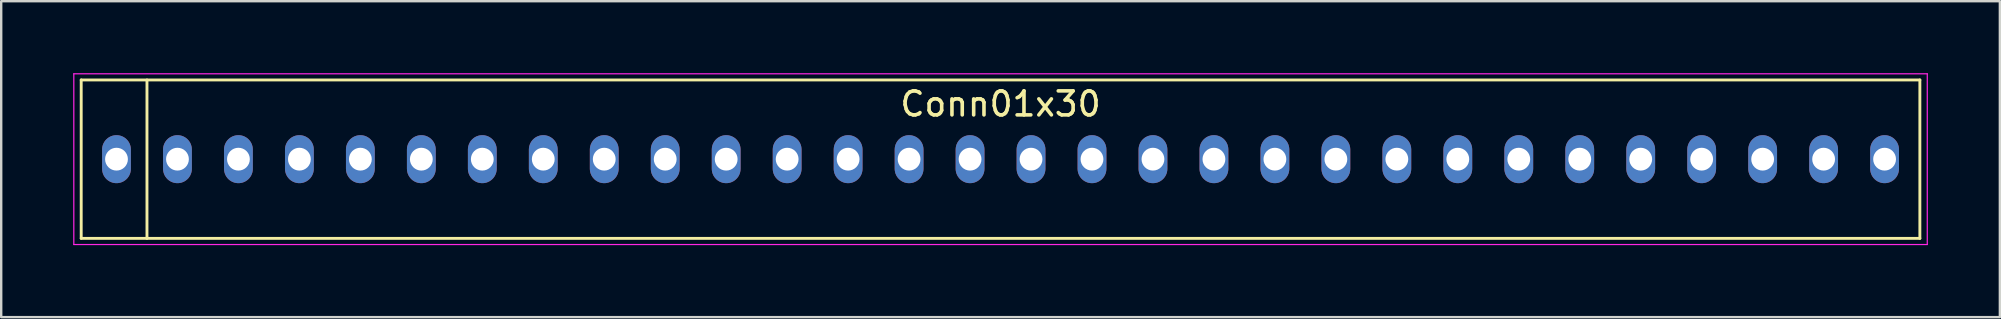
<source format=kicad_pcb>
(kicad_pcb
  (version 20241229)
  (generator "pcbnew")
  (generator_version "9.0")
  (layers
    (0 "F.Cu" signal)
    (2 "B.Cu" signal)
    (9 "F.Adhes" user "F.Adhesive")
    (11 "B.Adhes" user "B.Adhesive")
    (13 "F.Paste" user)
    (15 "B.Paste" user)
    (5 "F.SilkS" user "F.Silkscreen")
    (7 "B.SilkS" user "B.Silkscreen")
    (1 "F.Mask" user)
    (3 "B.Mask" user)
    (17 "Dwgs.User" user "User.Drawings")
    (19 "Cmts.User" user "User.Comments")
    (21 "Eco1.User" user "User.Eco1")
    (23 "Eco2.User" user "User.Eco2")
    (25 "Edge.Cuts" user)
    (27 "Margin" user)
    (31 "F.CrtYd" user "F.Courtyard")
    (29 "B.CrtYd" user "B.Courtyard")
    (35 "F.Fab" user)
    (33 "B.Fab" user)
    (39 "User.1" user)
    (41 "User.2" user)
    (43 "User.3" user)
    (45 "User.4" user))
  (footprint "Conn01x30"
    (layer "F.Cu")
    (at 38.633 3.581)
    (property "Reference" "Conn01x30" (at 0 -2.3 0) (layer "F.SilkS") (effects (font (size 1 1) (thickness 0.15))))
    (attr through_hole)
    (fp_line (start -38.3 -3.3) (end -38.3 3.3) (stroke (width 0.12) (type default)) (layer "F.SilkS"))
    (fp_line (start -38.3 3.3) (end 38.3 3.3) (stroke (width 0.12) (type default)) (layer "F.SilkS"))
    (fp_line (start -35.56 3.3) (end -35.56 -3.3) (stroke (width 0.12) (type default)) (layer "F.SilkS"))
    (fp_line (start 38.3 -3.3) (end -38.3 -3.3) (stroke (width 0.12) (type default)) (layer "F.SilkS"))
    (fp_line (start 38.3 3.3) (end 38.3 -3.3) (stroke (width 0.12) (type default)) (layer "F.SilkS"))
    (fp_line (start -38.608 -3.556) (end 38.608 -3.556) (stroke (width 0.05) (type default)) (layer "F.CrtYd"))
    (fp_line (start -38.608 3.556) (end -38.608 -3.556) (stroke (width 0.05) (type default)) (layer "F.CrtYd"))
    (fp_line (start 38.608 -3.556) (end 38.608 3.556) (stroke (width 0.05) (type default)) (layer "F.CrtYd"))
    (fp_line (start 38.608 3.556) (end -38.608 3.556) (stroke (width 0.05) (type default)) (layer "F.CrtYd"))
    (pad "1" thru_hole oval (at -36.83 0) (size 1.2 2) (drill 0.95) (layers "*.Cu" "*.Mask"))
    (pad "2" thru_hole oval (at -34.29 0) (size 1.2 2) (drill 0.95) (layers "*.Cu" "*.Mask"))
    (pad "3" thru_hole oval (at -31.75 0) (size 1.2 2) (drill 0.95) (layers "*.Cu" "*.Mask"))
    (pad "4" thru_hole oval (at -29.21 0) (size 1.2 2) (drill 0.95) (layers "*.Cu" "*.Mask"))
    (pad "5" thru_hole oval (at -26.67 0) (size 1.2 2) (drill 0.95) (layers "*.Cu" "*.Mask"))
    (pad "6" thru_hole oval (at -24.13 0) (size 1.2 2) (drill 0.95) (layers "*.Cu" "*.Mask"))
    (pad "7" thru_hole oval (at -21.59 0) (size 1.2 2) (drill 0.95) (layers "*.Cu" "*.Mask"))
    (pad "8" thru_hole oval (at -19.05 0) (size 1.2 2) (drill 0.95) (layers "*.Cu" "*.Mask"))
    (pad "9" thru_hole oval (at -16.51 0) (size 1.2 2) (drill 0.95) (layers "*.Cu" "*.Mask"))
    (pad "10" thru_hole oval (at -13.97 0) (size 1.2 2) (drill 0.95) (layers "*.Cu" "*.Mask"))
    (pad "11" thru_hole oval (at -11.43 0) (size 1.2 2) (drill 0.95) (layers "*.Cu" "*.Mask"))
    (pad "12" thru_hole oval (at -8.89 0) (size 1.2 2) (drill 0.95) (layers "*.Cu" "*.Mask"))
    (pad "13" thru_hole oval (at -6.35 0) (size 1.2 2) (drill 0.95) (layers "*.Cu" "*.Mask"))
    (pad "14" thru_hole oval (at -3.81 0) (size 1.2 2) (drill 0.95) (layers "*.Cu" "*.Mask"))
    (pad "15" thru_hole oval (at -1.27 0) (size 1.2 2) (drill 0.95) (layers "*.Cu" "*.Mask"))
    (pad "16" thru_hole oval (at 1.27 0) (size 1.2 2) (drill 0.95) (layers "*.Cu" "*.Mask"))
    (pad "17" thru_hole oval (at 3.81 0) (size 1.2 2) (drill 0.95) (layers "*.Cu" "*.Mask"))
    (pad "18" thru_hole oval (at 6.35 0) (size 1.2 2) (drill 0.95) (layers "*.Cu" "*.Mask"))
    (pad "19" thru_hole oval (at 8.89 0) (size 1.2 2) (drill 0.95) (layers "*.Cu" "*.Mask"))
    (pad "20" thru_hole oval (at 11.43 0) (size 1.2 2) (drill 0.95) (layers "*.Cu" "*.Mask"))
    (pad "21" thru_hole oval (at 13.97 0) (size 1.2 2) (drill 0.95) (layers "*.Cu" "*.Mask"))
    (pad "22" thru_hole oval (at 16.51 0) (size 1.2 2) (drill 0.95) (layers "*.Cu" "*.Mask"))
    (pad "23" thru_hole oval (at 19.05 0) (size 1.2 2) (drill 0.95) (layers "*.Cu" "*.Mask"))
    (pad "24" thru_hole oval (at 21.59 0) (size 1.2 2) (drill 0.95) (layers "*.Cu" "*.Mask"))
    (pad "25" thru_hole oval (at 24.13 0) (size 1.2 2) (drill 0.95) (layers "*.Cu" "*.Mask"))
    (pad "26" thru_hole oval (at 26.67 0) (size 1.2 2) (drill 0.95) (layers "*.Cu" "*.Mask"))
    (pad "27" thru_hole oval (at 29.21 0) (size 1.2 2) (drill 0.95) (layers "*.Cu" "*.Mask"))
    (pad "28" thru_hole oval (at 31.75 0) (size 1.2 2) (drill 0.95) (layers "*.Cu" "*.Mask"))
    (pad "29" thru_hole oval (at 34.29 0) (size 1.2 2) (drill 0.95) (layers "*.Cu" "*.Mask"))
    (pad "30" thru_hole oval (at 36.83 0) (size 1.2 2) (drill 0.95) (layers "*.Cu" "*.Mask")))
  (gr_rect
    (start -3 -3)
    (end 80.266 10.162)
    (stroke (width 0.1) (type default))
    (fill no)
    (layer "Edge.Cuts")))
</source>
